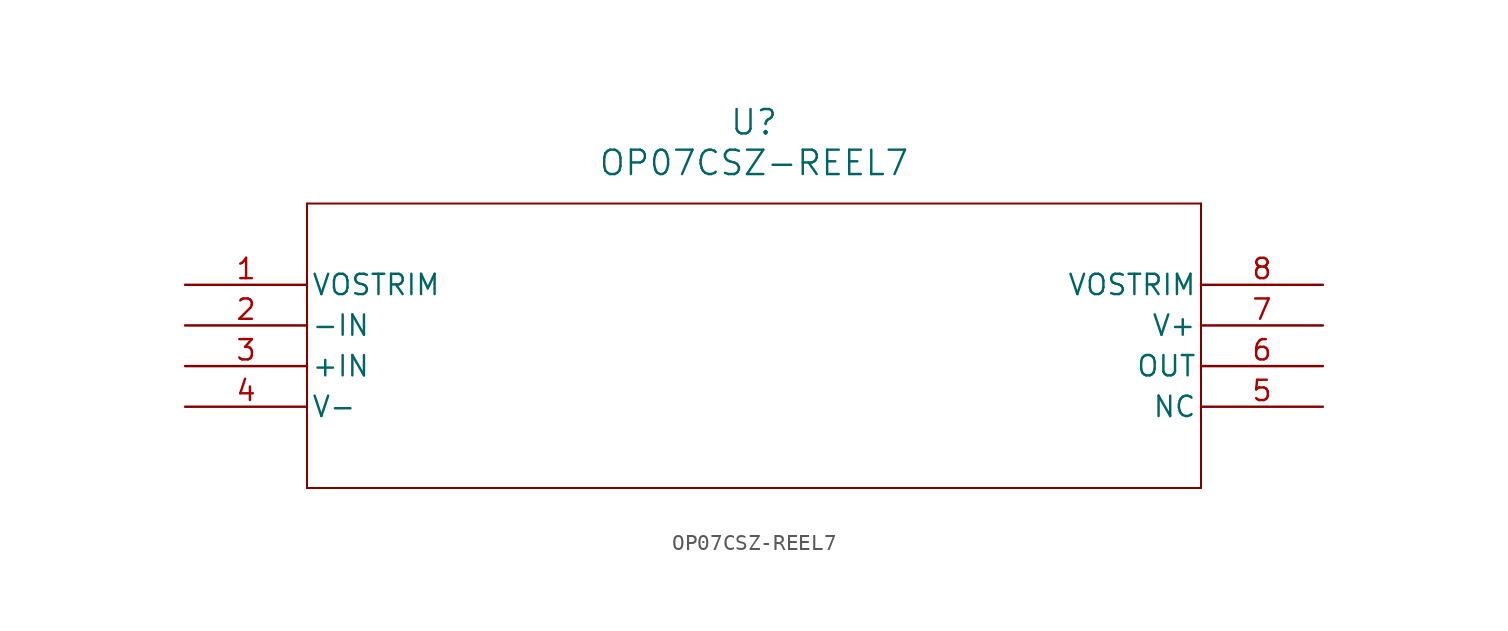
<source format=kicad_sym>
(kicad_symbol_lib
  (version 20211014)
  (generator kicad_symbol_editor)
  (symbol "OP07CSZ-REEL7"
    (pin_names
      (offset 0.254))
    (property "Reference" "U"
      (at 35.56 10.16 0)
      (effects (font (size 1.524 1.524))))
    (property "Value" "OP07CSZ-REEL7"
      (at 35.56 7.62 0)
      (effects (font (size 1.524 1.524))))
    (symbol "OP07CSZ-REEL7_0_1"
      (polyline (pts (xy 7.62 5.08) (xy 7.62 -12.7)) (stroke (width 0.127) (type default) (color 0 0 0 0)) (fill (type none)))
      (polyline (pts (xy 7.62 -12.7) (xy 63.5 -12.7)) (stroke (width 0.127) (type default) (color 0 0 0 0)) (fill (type none)))
      (polyline (pts (xy 63.5 -12.7) (xy 63.5 5.08)) (stroke (width 0.127) (type default) (color 0 0 0 0)) (fill (type none)))
      (polyline (pts (xy 63.5 5.08) (xy 7.62 5.08)) (stroke (width 0.127) (type default) (color 0 0 0 0)) (fill (type none)))
      (pin unspecified line (at 0 0 0) (length 7.62) (name "VOSTRIM" (effects (font (size 1.27 1.27)))) (number "1" (effects (font (size 1.27 1.27)))))
      (pin unspecified line (at 0 -2.54 0) (length 7.62) (name "-IN" (effects (font (size 1.27 1.27)))) (number "2" (effects (font (size 1.27 1.27)))))
      (pin unspecified line (at 0 -5.08 0) (length 7.62) (name "+IN" (effects (font (size 1.27 1.27)))) (number "3" (effects (font (size 1.27 1.27)))))
      (pin power_in line (at 0 -7.62 0) (length 7.62) (name "V-" (effects (font (size 1.27 1.27)))) (number "4" (effects (font (size 1.27 1.27)))))
      (pin unspecified line (at 71.12 -7.62 180) (length 7.62) (name "NC" (effects (font (size 1.27 1.27)))) (number "5" (effects (font (size 1.27 1.27)))))
      (pin unspecified line (at 71.12 -5.08 180) (length 7.62) (name "OUT" (effects (font (size 1.27 1.27)))) (number "6" (effects (font (size 1.27 1.27)))))
      (pin power_in line (at 71.12 -2.54 180) (length 7.62) (name "V+" (effects (font (size 1.27 1.27)))) (number "7" (effects (font (size 1.27 1.27)))))
      (pin unspecified line (at 71.12 0 180) (length 7.62) (name "VOSTRIM" (effects (font (size 1.27 1.27)))) (number "8" (effects (font (size 1.27 1.27))))))))
</source>
